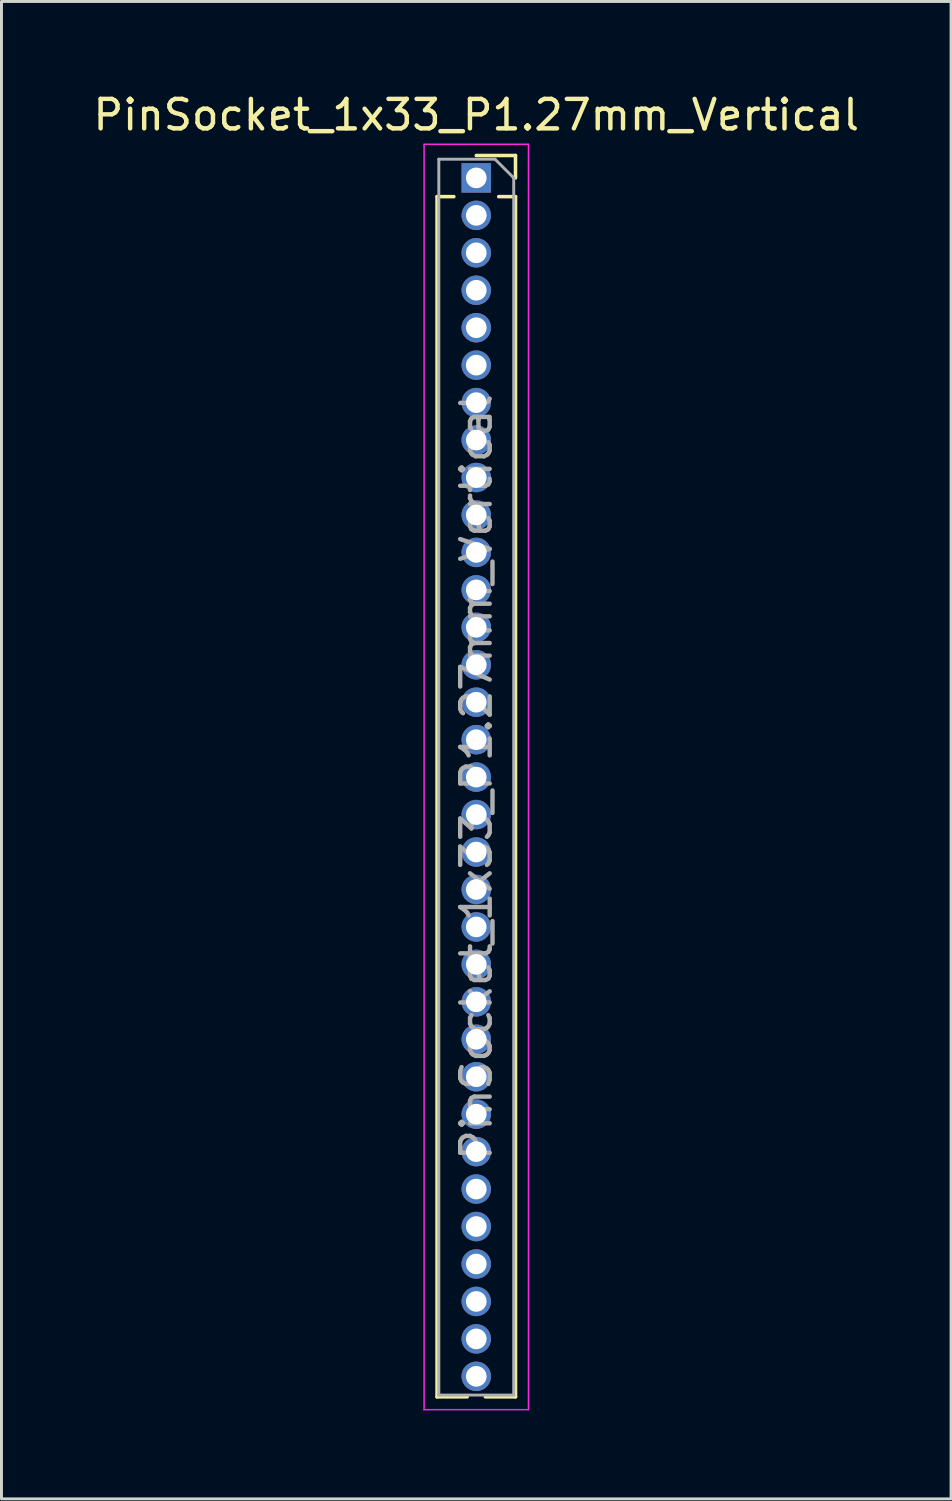
<source format=kicad_pcb>
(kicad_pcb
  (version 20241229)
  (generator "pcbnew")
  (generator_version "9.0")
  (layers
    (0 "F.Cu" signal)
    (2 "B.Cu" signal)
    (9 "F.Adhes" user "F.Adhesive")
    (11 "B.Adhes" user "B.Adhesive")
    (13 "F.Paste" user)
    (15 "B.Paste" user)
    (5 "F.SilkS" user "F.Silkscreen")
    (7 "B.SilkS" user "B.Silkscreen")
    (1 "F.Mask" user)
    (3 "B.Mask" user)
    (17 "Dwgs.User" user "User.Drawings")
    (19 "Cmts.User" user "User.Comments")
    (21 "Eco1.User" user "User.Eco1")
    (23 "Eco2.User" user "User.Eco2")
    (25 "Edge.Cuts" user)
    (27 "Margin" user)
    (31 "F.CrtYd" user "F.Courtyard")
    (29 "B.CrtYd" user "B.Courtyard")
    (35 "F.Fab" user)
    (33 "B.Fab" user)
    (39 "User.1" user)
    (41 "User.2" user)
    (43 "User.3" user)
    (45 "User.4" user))
  (footprint "PinSocket_1x33_P1.27mm_Vertical"
    (layer "F.Cu")
    (at 13.101 2.983)
    (property "Reference" "PinSocket_1x33_P1.27mm_Vertical" (at 0 -2.135 0) (layer "F.SilkS") (effects (font (size 1 1) (thickness 0.15))))
    (attr through_hole)
    (fp_line (start -1.33 0.635) (end -1.33 41.335) (stroke (width 0.12) (type solid)) (layer "F.SilkS"))
    (fp_line (start -1.33 0.635) (end -0.76 0.635) (stroke (width 0.12) (type solid)) (layer "F.SilkS"))
    (fp_line (start -1.33 41.335) (end -0.308 41.335) (stroke (width 0.12) (type solid)) (layer "F.SilkS"))
    (fp_line (start 0 -0.76) (end 1.33 -0.76) (stroke (width 0.12) (type solid)) (layer "F.SilkS"))
    (fp_line (start 0.308 41.335) (end 1.33 41.335) (stroke (width 0.12) (type solid)) (layer "F.SilkS"))
    (fp_line (start 0.76 0.635) (end 1.33 0.635) (stroke (width 0.12) (type solid)) (layer "F.SilkS"))
    (fp_line (start 1.33 -0.76) (end 1.33 0) (stroke (width 0.12) (type solid)) (layer "F.SilkS"))
    (fp_line (start 1.33 0.635) (end 1.33 41.335) (stroke (width 0.12) (type solid)) (layer "F.SilkS"))
    (fp_line (start -1.77 -1.14) (end 1.77 -1.14) (stroke (width 0.05) (type solid)) (layer "F.CrtYd"))
    (fp_line (start -1.77 41.77) (end -1.77 -1.14) (stroke (width 0.05) (type solid)) (layer "F.CrtYd"))
    (fp_line (start 1.77 -1.14) (end 1.77 41.77) (stroke (width 0.05) (type solid)) (layer "F.CrtYd"))
    (fp_line (start 1.77 41.77) (end -1.77 41.77) (stroke (width 0.05) (type solid)) (layer "F.CrtYd"))
    (fp_line (start -1.27 -0.635) (end 0.635 -0.635) (stroke (width 0.1) (type solid)) (layer "F.Fab"))
    (fp_line (start -1.27 41.275) (end -1.27 -0.635) (stroke (width 0.1) (type solid)) (layer "F.Fab"))
    (fp_line (start 0.635 -0.635) (end 1.27 0) (stroke (width 0.1) (type solid)) (layer "F.Fab"))
    (fp_line (start 1.27 0) (end 1.27 41.275) (stroke (width 0.1) (type solid)) (layer "F.Fab"))
    (fp_line (start 1.27 41.275) (end -1.27 41.275) (stroke (width 0.1) (type solid)) (layer "F.Fab"))
    (fp_text user "${REFERENCE}" (at 0 20.32 90) (layer "F.Fab") (effects (font (size 1 1) (thickness 0.15))))
    (pad "1" thru_hole rect (at 0 0) (size 1 1) (drill 0.7) (layers "*.Cu" "*.Mask"))
    (pad "2" thru_hole circle (at 0 1.27) (size 1 1) (drill 0.7) (layers "*.Cu" "*.Mask"))
    (pad "3" thru_hole circle (at 0 2.54) (size 1 1) (drill 0.7) (layers "*.Cu" "*.Mask"))
    (pad "4" thru_hole circle (at 0 3.81) (size 1 1) (drill 0.7) (layers "*.Cu" "*.Mask"))
    (pad "5" thru_hole circle (at 0 5.08) (size 1 1) (drill 0.7) (layers "*.Cu" "*.Mask"))
    (pad "6" thru_hole circle (at 0 6.35) (size 1 1) (drill 0.7) (layers "*.Cu" "*.Mask"))
    (pad "7" thru_hole circle (at 0 7.62) (size 1 1) (drill 0.7) (layers "*.Cu" "*.Mask"))
    (pad "8" thru_hole circle (at 0 8.89) (size 1 1) (drill 0.7) (layers "*.Cu" "*.Mask"))
    (pad "9" thru_hole circle (at 0 10.16) (size 1 1) (drill 0.7) (layers "*.Cu" "*.Mask"))
    (pad "10" thru_hole circle (at 0 11.43) (size 1 1) (drill 0.7) (layers "*.Cu" "*.Mask"))
    (pad "11" thru_hole circle (at 0 12.7) (size 1 1) (drill 0.7) (layers "*.Cu" "*.Mask"))
    (pad "12" thru_hole circle (at 0 13.97) (size 1 1) (drill 0.7) (layers "*.Cu" "*.Mask"))
    (pad "13" thru_hole circle (at 0 15.24) (size 1 1) (drill 0.7) (layers "*.Cu" "*.Mask"))
    (pad "14" thru_hole circle (at 0 16.51) (size 1 1) (drill 0.7) (layers "*.Cu" "*.Mask"))
    (pad "15" thru_hole circle (at 0 17.78) (size 1 1) (drill 0.7) (layers "*.Cu" "*.Mask"))
    (pad "16" thru_hole circle (at 0 19.05) (size 1 1) (drill 0.7) (layers "*.Cu" "*.Mask"))
    (pad "17" thru_hole circle (at 0 20.32) (size 1 1) (drill 0.7) (layers "*.Cu" "*.Mask"))
    (pad "18" thru_hole circle (at 0 21.59) (size 1 1) (drill 0.7) (layers "*.Cu" "*.Mask"))
    (pad "19" thru_hole circle (at 0 22.86) (size 1 1) (drill 0.7) (layers "*.Cu" "*.Mask"))
    (pad "20" thru_hole circle (at 0 24.13) (size 1 1) (drill 0.7) (layers "*.Cu" "*.Mask"))
    (pad "21" thru_hole circle (at 0 25.4) (size 1 1) (drill 0.7) (layers "*.Cu" "*.Mask"))
    (pad "22" thru_hole circle (at 0 26.67) (size 1 1) (drill 0.7) (layers "*.Cu" "*.Mask"))
    (pad "23" thru_hole circle (at 0 27.94) (size 1 1) (drill 0.7) (layers "*.Cu" "*.Mask"))
    (pad "24" thru_hole circle (at 0 29.21) (size 1 1) (drill 0.7) (layers "*.Cu" "*.Mask"))
    (pad "25" thru_hole circle (at 0 30.48) (size 1 1) (drill 0.7) (layers "*.Cu" "*.Mask"))
    (pad "26" thru_hole circle (at 0 31.75) (size 1 1) (drill 0.7) (layers "*.Cu" "*.Mask"))
    (pad "27" thru_hole circle (at 0 33.02) (size 1 1) (drill 0.7) (layers "*.Cu" "*.Mask"))
    (pad "28" thru_hole circle (at 0 34.29) (size 1 1) (drill 0.7) (layers "*.Cu" "*.Mask"))
    (pad "29" thru_hole circle (at 0 35.56) (size 1 1) (drill 0.7) (layers "*.Cu" "*.Mask"))
    (pad "30" thru_hole circle (at 0 36.83) (size 1 1) (drill 0.7) (layers "*.Cu" "*.Mask"))
    (pad "31" thru_hole circle (at 0 38.1) (size 1 1) (drill 0.7) (layers "*.Cu" "*.Mask"))
    (pad "32" thru_hole circle (at 0 39.37) (size 1 1) (drill 0.7) (layers "*.Cu" "*.Mask"))
    (pad "33" thru_hole circle (at 0 40.64) (size 1 1) (drill 0.7) (layers "*.Cu" "*.Mask")))
  (gr_rect
    (start -3 -3)
    (end 29.202 47.778)
    (stroke (width 0.1) (type default))
    (fill no)
    (layer "Edge.Cuts")))
</source>
